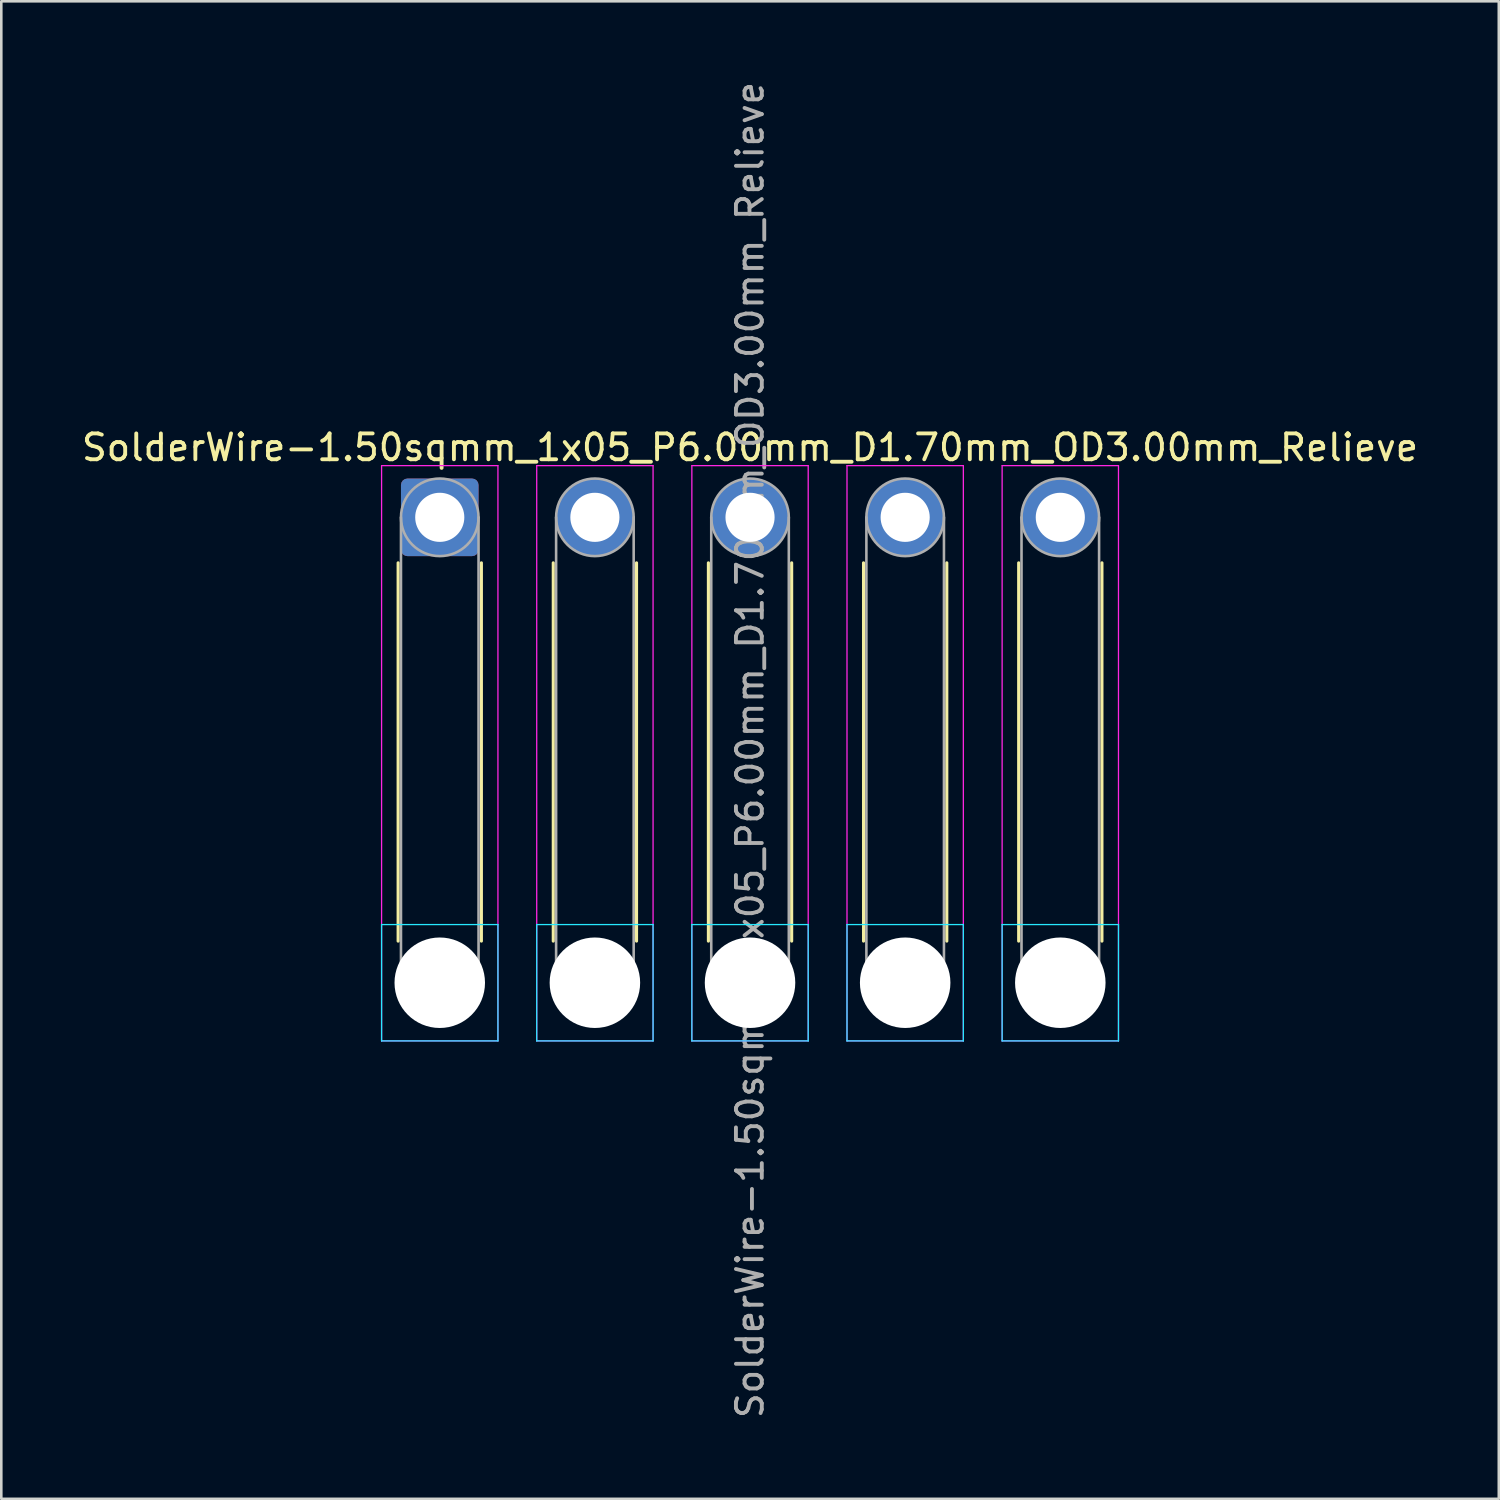
<source format=kicad_pcb>
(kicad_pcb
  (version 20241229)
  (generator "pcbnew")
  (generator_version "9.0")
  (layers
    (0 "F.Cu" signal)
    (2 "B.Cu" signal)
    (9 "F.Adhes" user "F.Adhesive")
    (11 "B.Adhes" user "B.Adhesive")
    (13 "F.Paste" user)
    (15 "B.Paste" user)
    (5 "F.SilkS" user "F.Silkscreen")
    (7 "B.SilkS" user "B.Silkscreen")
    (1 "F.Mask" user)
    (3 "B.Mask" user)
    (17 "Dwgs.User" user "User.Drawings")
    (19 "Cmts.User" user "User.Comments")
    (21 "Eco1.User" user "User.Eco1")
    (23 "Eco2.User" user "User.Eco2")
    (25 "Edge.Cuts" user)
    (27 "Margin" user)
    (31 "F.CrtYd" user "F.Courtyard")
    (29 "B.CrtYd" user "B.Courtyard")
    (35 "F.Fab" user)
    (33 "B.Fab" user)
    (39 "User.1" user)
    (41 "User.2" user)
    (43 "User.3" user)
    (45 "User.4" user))
  (footprint "SolderWire-1.50sqmm_1x05_P6.00mm_D1.70mm_OD3.00mm_Relieve"
    (layer "F.Cu")
    (at 13.958 16.958)
    (property "Reference" "SolderWire-1.50sqmm_1x05_P6.00mm_D1.70mm_OD3.00mm_Relieve" (at 12 -2.7 0) (layer "F.SilkS") (effects (font (size 1 1) (thickness 0.15))))
    (attr exclude_from_pos_files exclude_from_bom)
    (fp_line (start -1.61 1.76) (end -1.61 16.39) (stroke (width 0.12) (type solid)) (layer "F.SilkS"))
    (fp_line (start 1.61 1.76) (end 1.61 16.39) (stroke (width 0.12) (type solid)) (layer "F.SilkS"))
    (fp_line (start 4.39 1.76) (end 4.39 16.39) (stroke (width 0.12) (type solid)) (layer "F.SilkS"))
    (fp_line (start 7.61 1.76) (end 7.61 16.39) (stroke (width 0.12) (type solid)) (layer "F.SilkS"))
    (fp_line (start 10.39 1.76) (end 10.39 16.39) (stroke (width 0.12) (type solid)) (layer "F.SilkS"))
    (fp_line (start 13.61 1.76) (end 13.61 16.39) (stroke (width 0.12) (type solid)) (layer "F.SilkS"))
    (fp_line (start 16.39 1.76) (end 16.39 16.39) (stroke (width 0.12) (type solid)) (layer "F.SilkS"))
    (fp_line (start 19.61 1.76) (end 19.61 16.39) (stroke (width 0.12) (type solid)) (layer "F.SilkS"))
    (fp_line (start 22.39 1.76) (end 22.39 16.39) (stroke (width 0.12) (type solid)) (layer "F.SilkS"))
    (fp_line (start 25.61 1.76) (end 25.61 16.39) (stroke (width 0.12) (type solid)) (layer "F.SilkS"))
    (fp_line (start -2.25 15.75) (end -2.25 20.25) (stroke (width 0.05) (type solid)) (layer "B.CrtYd"))
    (fp_line (start -2.25 20.25) (end 2.25 20.25) (stroke (width 0.05) (type solid)) (layer "B.CrtYd"))
    (fp_line (start 2.25 15.75) (end -2.25 15.75) (stroke (width 0.05) (type solid)) (layer "B.CrtYd"))
    (fp_line (start 2.25 20.25) (end 2.25 15.75) (stroke (width 0.05) (type solid)) (layer "B.CrtYd"))
    (fp_line (start 3.75 15.75) (end 3.75 20.25) (stroke (width 0.05) (type solid)) (layer "B.CrtYd"))
    (fp_line (start 3.75 20.25) (end 8.25 20.25) (stroke (width 0.05) (type solid)) (layer "B.CrtYd"))
    (fp_line (start 8.25 15.75) (end 3.75 15.75) (stroke (width 0.05) (type solid)) (layer "B.CrtYd"))
    (fp_line (start 8.25 20.25) (end 8.25 15.75) (stroke (width 0.05) (type solid)) (layer "B.CrtYd"))
    (fp_line (start 9.75 15.75) (end 9.75 20.25) (stroke (width 0.05) (type solid)) (layer "B.CrtYd"))
    (fp_line (start 9.75 20.25) (end 14.25 20.25) (stroke (width 0.05) (type solid)) (layer "B.CrtYd"))
    (fp_line (start 14.25 15.75) (end 9.75 15.75) (stroke (width 0.05) (type solid)) (layer "B.CrtYd"))
    (fp_line (start 14.25 20.25) (end 14.25 15.75) (stroke (width 0.05) (type solid)) (layer "B.CrtYd"))
    (fp_line (start 15.75 15.75) (end 15.75 20.25) (stroke (width 0.05) (type solid)) (layer "B.CrtYd"))
    (fp_line (start 15.75 20.25) (end 20.25 20.25) (stroke (width 0.05) (type solid)) (layer "B.CrtYd"))
    (fp_line (start 20.25 15.75) (end 15.75 15.75) (stroke (width 0.05) (type solid)) (layer "B.CrtYd"))
    (fp_line (start 20.25 20.25) (end 20.25 15.75) (stroke (width 0.05) (type solid)) (layer "B.CrtYd"))
    (fp_line (start 21.75 15.75) (end 21.75 20.25) (stroke (width 0.05) (type solid)) (layer "B.CrtYd"))
    (fp_line (start 21.75 20.25) (end 26.25 20.25) (stroke (width 0.05) (type solid)) (layer "B.CrtYd"))
    (fp_line (start 26.25 15.75) (end 21.75 15.75) (stroke (width 0.05) (type solid)) (layer "B.CrtYd"))
    (fp_line (start 26.25 20.25) (end 26.25 15.75) (stroke (width 0.05) (type solid)) (layer "B.CrtYd"))
    (fp_line (start -2.25 -2) (end -2.25 20.25) (stroke (width 0.05) (type solid)) (layer "F.CrtYd"))
    (fp_line (start -2.25 20.25) (end 2.25 20.25) (stroke (width 0.05) (type solid)) (layer "F.CrtYd"))
    (fp_line (start 2.25 -2) (end -2.25 -2) (stroke (width 0.05) (type solid)) (layer "F.CrtYd"))
    (fp_line (start 2.25 20.25) (end 2.25 -2) (stroke (width 0.05) (type solid)) (layer "F.CrtYd"))
    (fp_line (start 3.75 -2) (end 3.75 20.25) (stroke (width 0.05) (type solid)) (layer "F.CrtYd"))
    (fp_line (start 3.75 20.25) (end 8.25 20.25) (stroke (width 0.05) (type solid)) (layer "F.CrtYd"))
    (fp_line (start 8.25 -2) (end 3.75 -2) (stroke (width 0.05) (type solid)) (layer "F.CrtYd"))
    (fp_line (start 8.25 20.25) (end 8.25 -2) (stroke (width 0.05) (type solid)) (layer "F.CrtYd"))
    (fp_line (start 9.75 -2) (end 9.75 20.25) (stroke (width 0.05) (type solid)) (layer "F.CrtYd"))
    (fp_line (start 9.75 20.25) (end 14.25 20.25) (stroke (width 0.05) (type solid)) (layer "F.CrtYd"))
    (fp_line (start 14.25 -2) (end 9.75 -2) (stroke (width 0.05) (type solid)) (layer "F.CrtYd"))
    (fp_line (start 14.25 20.25) (end 14.25 -2) (stroke (width 0.05) (type solid)) (layer "F.CrtYd"))
    (fp_line (start 15.75 -2) (end 15.75 20.25) (stroke (width 0.05) (type solid)) (layer "F.CrtYd"))
    (fp_line (start 15.75 20.25) (end 20.25 20.25) (stroke (width 0.05) (type solid)) (layer "F.CrtYd"))
    (fp_line (start 20.25 -2) (end 15.75 -2) (stroke (width 0.05) (type solid)) (layer "F.CrtYd"))
    (fp_line (start 20.25 20.25) (end 20.25 -2) (stroke (width 0.05) (type solid)) (layer "F.CrtYd"))
    (fp_line (start 21.75 -2) (end 21.75 20.25) (stroke (width 0.05) (type solid)) (layer "F.CrtYd"))
    (fp_line (start 21.75 20.25) (end 26.25 20.25) (stroke (width 0.05) (type solid)) (layer "F.CrtYd"))
    (fp_line (start 26.25 -2) (end 21.75 -2) (stroke (width 0.05) (type solid)) (layer "F.CrtYd"))
    (fp_line (start 26.25 20.25) (end 26.25 -2) (stroke (width 0.05) (type solid)) (layer "F.CrtYd"))
    (fp_line (start -1.5 0) (end -1.5 18) (stroke (width 0.1) (type solid)) (layer "F.Fab"))
    (fp_line (start 1.5 0) (end 1.5 18) (stroke (width 0.1) (type solid)) (layer "F.Fab"))
    (fp_line (start 4.5 0) (end 4.5 18) (stroke (width 0.1) (type solid)) (layer "F.Fab"))
    (fp_line (start 7.5 0) (end 7.5 18) (stroke (width 0.1) (type solid)) (layer "F.Fab"))
    (fp_line (start 10.5 0) (end 10.5 18) (stroke (width 0.1) (type solid)) (layer "F.Fab"))
    (fp_line (start 13.5 0) (end 13.5 18) (stroke (width 0.1) (type solid)) (layer "F.Fab"))
    (fp_line (start 16.5 0) (end 16.5 18) (stroke (width 0.1) (type solid)) (layer "F.Fab"))
    (fp_line (start 19.5 0) (end 19.5 18) (stroke (width 0.1) (type solid)) (layer "F.Fab"))
    (fp_line (start 22.5 0) (end 22.5 18) (stroke (width 0.1) (type solid)) (layer "F.Fab"))
    (fp_line (start 25.5 0) (end 25.5 18) (stroke (width 0.1) (type solid)) (layer "F.Fab"))
    (fp_circle (center 0 0) (end 1.5 0) (stroke (width 0.1) (type solid)) (fill no) (layer "F.Fab"))
    (fp_circle (center 0 18) (end 1.5 18) (stroke (width 0.1) (type solid)) (fill no) (layer "F.Fab"))
    (fp_circle (center 6 0) (end 7.5 0) (stroke (width 0.1) (type solid)) (fill no) (layer "F.Fab"))
    (fp_circle (center 6 18) (end 7.5 18) (stroke (width 0.1) (type solid)) (fill no) (layer "F.Fab"))
    (fp_circle (center 12 0) (end 13.5 0) (stroke (width 0.1) (type solid)) (fill no) (layer "F.Fab"))
    (fp_circle (center 12 18) (end 13.5 18) (stroke (width 0.1) (type solid)) (fill no) (layer "F.Fab"))
    (fp_circle (center 18 0) (end 19.5 0) (stroke (width 0.1) (type solid)) (fill no) (layer "F.Fab"))
    (fp_circle (center 18 18) (end 19.5 18) (stroke (width 0.1) (type solid)) (fill no) (layer "F.Fab"))
    (fp_circle (center 24 0) (end 25.5 0) (stroke (width 0.1) (type solid)) (fill no) (layer "F.Fab"))
    (fp_circle (center 24 18) (end 25.5 18) (stroke (width 0.1) (type solid)) (fill no) (layer "F.Fab"))
    (fp_text user "${REFERENCE}" (at 12 9 90) (layer "F.Fab") (effects (font (size 1 1) (thickness 0.15))))
    (pad "" np_thru_hole circle (at 0 18) (size 3.5 3.5) (drill 3.5) (layers "*.Cu" "*.Mask"))
    (pad "" np_thru_hole circle (at 6 18) (size 3.5 3.5) (drill 3.5) (layers "*.Cu" "*.Mask"))
    (pad "" np_thru_hole circle (at 12 18) (size 3.5 3.5) (drill 3.5) (layers "*.Cu" "*.Mask"))
    (pad "" np_thru_hole circle (at 18 18) (size 3.5 3.5) (drill 3.5) (layers "*.Cu" "*.Mask"))
    (pad "" np_thru_hole circle (at 24 18) (size 3.5 3.5) (drill 3.5) (layers "*.Cu" "*.Mask"))
    (pad "1" thru_hole roundrect (at 0 0) (size 3 3) (drill 1.9) (layers "*.Cu" "*.Mask") (roundrect_rratio 0.083))
    (pad "2" thru_hole circle (at 6 0) (size 3 3) (drill 1.9) (layers "*.Cu" "*.Mask"))
    (pad "3" thru_hole circle (at 12 0) (size 3 3) (drill 1.9) (layers "*.Cu" "*.Mask"))
    (pad "4" thru_hole circle (at 18 0) (size 3 3) (drill 1.9) (layers "*.Cu" "*.Mask"))
    (pad "5" thru_hole circle (at 24 0) (size 3 3) (drill 1.9) (layers "*.Cu" "*.Mask")))
  (gr_rect
    (start -3 -3)
    (end 54.917 54.917)
    (stroke (width 0.1) (type default))
    (fill no)
    (layer "Edge.Cuts")))
</source>
